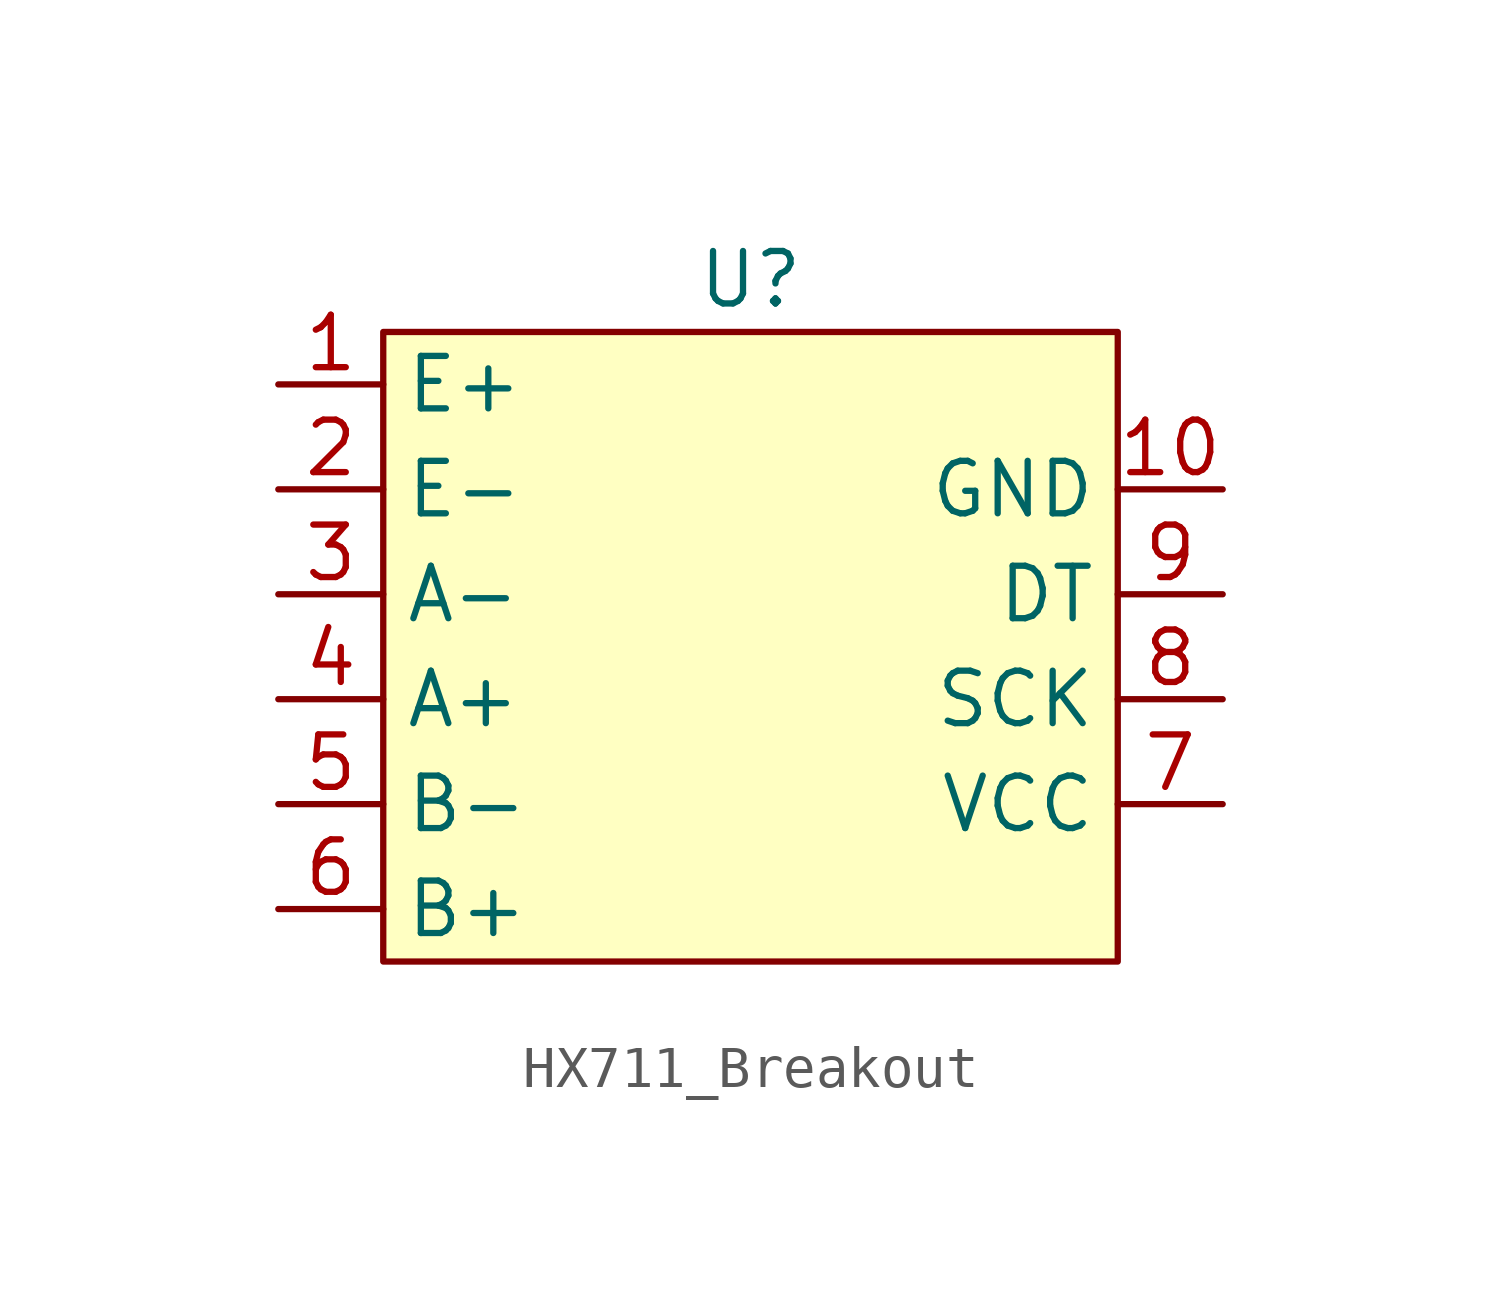
<source format=kicad_sym>
(kicad_symbol_lib
  (version 20231120)
  (generator "kicad_symbol_editor")
  (generator_version "8.0")
  (symbol "HX711_Breakout"
    (property "Reference" "U"
      (at 0 8.89 0)
      (effects (font (size 1.27 1.27))))
    (property "Value" ""
      (at 0 0 0)
      (effects (font (size 1.27 1.27))))
    (symbol "HX711_Breakout_1_1"
      (rectangle (start -8.89 7.62) (end 8.89 -7.62) (stroke (width 0) (type default)) (fill (type background)))
      (pin input line (at -11.43 6.35 0) (length 2.54) (name "E+" (effects (font (size 1.27 1.27)))) (number "1" (effects (font (size 1.27 1.27)))))
      (pin input line (at 11.43 3.81 180) (length 2.54) (name "GND" (effects (font (size 1.27 1.27)))) (number "10" (effects (font (size 1.27 1.27)))))
      (pin input line (at -11.43 3.81 0) (length 2.54) (name "E-" (effects (font (size 1.27 1.27)))) (number "2" (effects (font (size 1.27 1.27)))))
      (pin input line (at -11.43 1.27 0) (length 2.54) (name "A-" (effects (font (size 1.27 1.27)))) (number "3" (effects (font (size 1.27 1.27)))))
      (pin input line (at -11.43 -1.27 0) (length 2.54) (name "A+" (effects (font (size 1.27 1.27)))) (number "4" (effects (font (size 1.27 1.27)))))
      (pin input line (at -11.43 -3.81 0) (length 2.54) (name "B-" (effects (font (size 1.27 1.27)))) (number "5" (effects (font (size 1.27 1.27)))))
      (pin input line (at -11.43 -6.35 0) (length 2.54) (name "B+" (effects (font (size 1.27 1.27)))) (number "6" (effects (font (size 1.27 1.27)))))
      (pin input line (at 11.43 -3.81 180) (length 2.54) (name "VCC" (effects (font (size 1.27 1.27)))) (number "7" (effects (font (size 1.27 1.27)))))
      (pin input line (at 11.43 -1.27 180) (length 2.54) (name "SCK" (effects (font (size 1.27 1.27)))) (number "8" (effects (font (size 1.27 1.27)))))
      (pin input line (at 11.43 1.27 180) (length 2.54) (name "DT" (effects (font (size 1.27 1.27)))) (number "9" (effects (font (size 1.27 1.27))))))))
</source>
